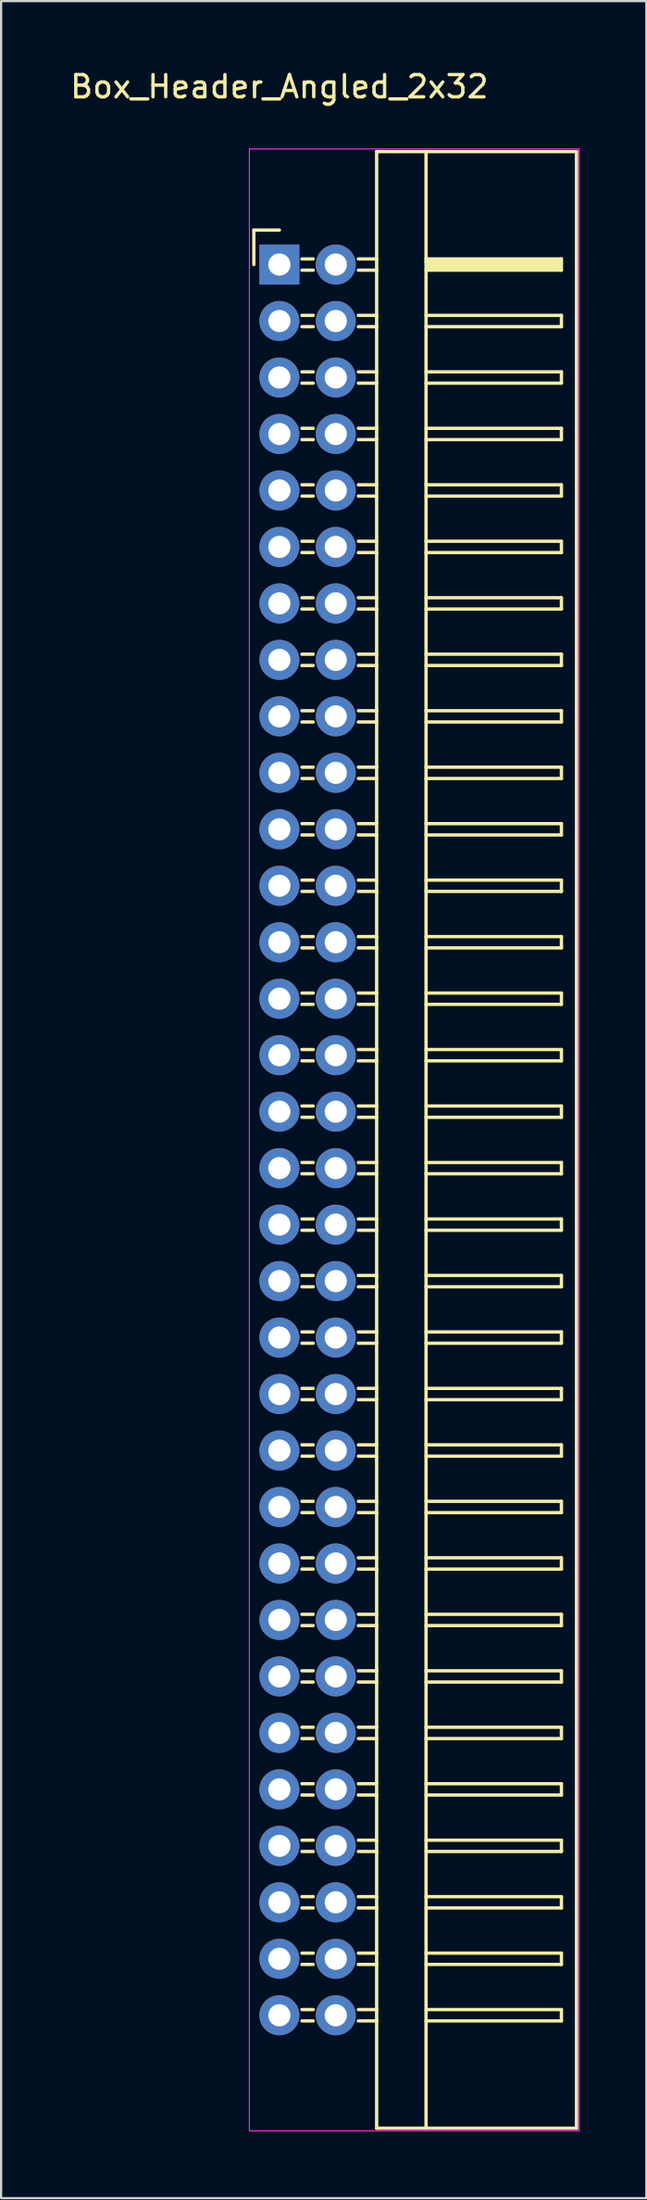
<source format=kicad_pcb>
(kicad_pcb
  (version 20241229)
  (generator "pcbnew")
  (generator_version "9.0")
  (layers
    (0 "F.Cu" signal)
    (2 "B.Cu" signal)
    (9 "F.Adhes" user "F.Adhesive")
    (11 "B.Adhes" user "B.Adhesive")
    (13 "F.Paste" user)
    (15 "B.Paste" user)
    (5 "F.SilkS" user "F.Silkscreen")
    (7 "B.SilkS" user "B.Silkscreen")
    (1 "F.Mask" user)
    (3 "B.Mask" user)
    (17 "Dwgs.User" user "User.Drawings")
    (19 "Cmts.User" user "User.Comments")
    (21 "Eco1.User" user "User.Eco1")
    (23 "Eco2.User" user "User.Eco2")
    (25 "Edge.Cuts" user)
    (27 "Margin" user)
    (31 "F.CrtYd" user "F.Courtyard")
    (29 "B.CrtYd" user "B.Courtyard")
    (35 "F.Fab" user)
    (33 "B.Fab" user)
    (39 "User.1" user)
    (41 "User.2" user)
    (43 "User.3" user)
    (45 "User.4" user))
  (footprint "Box_Header_Angled_2x32"
    (layer "F.Cu")
    (at 9.53 8.848)
    (property "Reference" "Box_Header_Angled_2x32" (at 0 -8 0) (layer "F.SilkS") (effects (font (size 1 1) (thickness 0.15))))
    (attr through_hole)
    (fp_line (start -1.15 -1.55) (end -1.15 0) (stroke (width 0.15) (type solid)) (layer "F.SilkS"))
    (fp_line (start 0 -1.55) (end -1.15 -1.55) (stroke (width 0.15) (type solid)) (layer "F.SilkS"))
    (fp_line (start 1.524 -0.254) (end 1.016 -0.254) (stroke (width 0.15) (type solid)) (layer "F.SilkS"))
    (fp_line (start 1.524 0.254) (end 1.016 0.254) (stroke (width 0.15) (type solid)) (layer "F.SilkS"))
    (fp_line (start 1.524 2.286) (end 1.016 2.286) (stroke (width 0.15) (type solid)) (layer "F.SilkS"))
    (fp_line (start 1.524 2.794) (end 1.016 2.794) (stroke (width 0.15) (type solid)) (layer "F.SilkS"))
    (fp_line (start 1.524 4.826) (end 1.016 4.826) (stroke (width 0.15) (type solid)) (layer "F.SilkS"))
    (fp_line (start 1.524 5.334) (end 1.016 5.334) (stroke (width 0.15) (type solid)) (layer "F.SilkS"))
    (fp_line (start 1.524 7.366) (end 1.016 7.366) (stroke (width 0.15) (type solid)) (layer "F.SilkS"))
    (fp_line (start 1.524 7.874) (end 1.016 7.874) (stroke (width 0.15) (type solid)) (layer "F.SilkS"))
    (fp_line (start 1.524 9.906) (end 1.016 9.906) (stroke (width 0.15) (type solid)) (layer "F.SilkS"))
    (fp_line (start 1.524 10.414) (end 1.016 10.414) (stroke (width 0.15) (type solid)) (layer "F.SilkS"))
    (fp_line (start 1.524 12.446) (end 1.016 12.446) (stroke (width 0.15) (type solid)) (layer "F.SilkS"))
    (fp_line (start 1.524 12.954) (end 1.016 12.954) (stroke (width 0.15) (type solid)) (layer "F.SilkS"))
    (fp_line (start 1.524 14.986) (end 1.016 14.986) (stroke (width 0.15) (type solid)) (layer "F.SilkS"))
    (fp_line (start 1.524 15.494) (end 1.016 15.494) (stroke (width 0.15) (type solid)) (layer "F.SilkS"))
    (fp_line (start 1.524 17.526) (end 1.016 17.526) (stroke (width 0.15) (type solid)) (layer "F.SilkS"))
    (fp_line (start 1.524 18.034) (end 1.016 18.034) (stroke (width 0.15) (type solid)) (layer "F.SilkS"))
    (fp_line (start 1.524 20.066) (end 1.016 20.066) (stroke (width 0.15) (type solid)) (layer "F.SilkS"))
    (fp_line (start 1.524 20.574) (end 1.016 20.574) (stroke (width 0.15) (type solid)) (layer "F.SilkS"))
    (fp_line (start 1.524 22.606) (end 1.016 22.606) (stroke (width 0.15) (type solid)) (layer "F.SilkS"))
    (fp_line (start 1.524 23.114) (end 1.016 23.114) (stroke (width 0.15) (type solid)) (layer "F.SilkS"))
    (fp_line (start 1.524 25.146) (end 1.016 25.146) (stroke (width 0.15) (type solid)) (layer "F.SilkS"))
    (fp_line (start 1.524 25.654) (end 1.016 25.654) (stroke (width 0.15) (type solid)) (layer "F.SilkS"))
    (fp_line (start 1.524 27.686) (end 1.016 27.686) (stroke (width 0.15) (type solid)) (layer "F.SilkS"))
    (fp_line (start 1.524 28.194) (end 1.016 28.194) (stroke (width 0.15) (type solid)) (layer "F.SilkS"))
    (fp_line (start 1.524 30.226) (end 1.016 30.226) (stroke (width 0.15) (type solid)) (layer "F.SilkS"))
    (fp_line (start 1.524 30.734) (end 1.016 30.734) (stroke (width 0.15) (type solid)) (layer "F.SilkS"))
    (fp_line (start 1.524 32.766) (end 1.016 32.766) (stroke (width 0.15) (type solid)) (layer "F.SilkS"))
    (fp_line (start 1.524 33.274) (end 1.016 33.274) (stroke (width 0.15) (type solid)) (layer "F.SilkS"))
    (fp_line (start 1.524 35.306) (end 1.016 35.306) (stroke (width 0.15) (type solid)) (layer "F.SilkS"))
    (fp_line (start 1.524 35.814) (end 1.016 35.814) (stroke (width 0.15) (type solid)) (layer "F.SilkS"))
    (fp_line (start 1.524 37.846) (end 1.016 37.846) (stroke (width 0.15) (type solid)) (layer "F.SilkS"))
    (fp_line (start 1.524 38.354) (end 1.016 38.354) (stroke (width 0.15) (type solid)) (layer "F.SilkS"))
    (fp_line (start 1.524 40.386) (end 1.016 40.386) (stroke (width 0.15) (type solid)) (layer "F.SilkS"))
    (fp_line (start 1.524 40.894) (end 1.016 40.894) (stroke (width 0.15) (type solid)) (layer "F.SilkS"))
    (fp_line (start 1.524 42.926) (end 1.016 42.926) (stroke (width 0.15) (type solid)) (layer "F.SilkS"))
    (fp_line (start 1.524 43.434) (end 1.016 43.434) (stroke (width 0.15) (type solid)) (layer "F.SilkS"))
    (fp_line (start 1.524 45.466) (end 1.016 45.466) (stroke (width 0.15) (type solid)) (layer "F.SilkS"))
    (fp_line (start 1.524 45.974) (end 1.016 45.974) (stroke (width 0.15) (type solid)) (layer "F.SilkS"))
    (fp_line (start 1.524 48.006) (end 1.016 48.006) (stroke (width 0.15) (type solid)) (layer "F.SilkS"))
    (fp_line (start 1.524 48.514) (end 1.016 48.514) (stroke (width 0.15) (type solid)) (layer "F.SilkS"))
    (fp_line (start 1.524 50.546) (end 1.016 50.546) (stroke (width 0.15) (type solid)) (layer "F.SilkS"))
    (fp_line (start 1.524 51.054) (end 1.016 51.054) (stroke (width 0.15) (type solid)) (layer "F.SilkS"))
    (fp_line (start 1.524 53.086) (end 1.016 53.086) (stroke (width 0.15) (type solid)) (layer "F.SilkS"))
    (fp_line (start 1.524 53.594) (end 1.016 53.594) (stroke (width 0.15) (type solid)) (layer "F.SilkS"))
    (fp_line (start 1.524 55.626) (end 1.016 55.626) (stroke (width 0.15) (type solid)) (layer "F.SilkS"))
    (fp_line (start 1.524 56.134) (end 1.016 56.134) (stroke (width 0.15) (type solid)) (layer "F.SilkS"))
    (fp_line (start 1.524 58.166) (end 1.016 58.166) (stroke (width 0.15) (type solid)) (layer "F.SilkS"))
    (fp_line (start 1.524 58.674) (end 1.016 58.674) (stroke (width 0.15) (type solid)) (layer "F.SilkS"))
    (fp_line (start 1.524 60.706) (end 1.016 60.706) (stroke (width 0.15) (type solid)) (layer "F.SilkS"))
    (fp_line (start 1.524 61.214) (end 1.016 61.214) (stroke (width 0.15) (type solid)) (layer "F.SilkS"))
    (fp_line (start 1.524 63.246) (end 1.016 63.246) (stroke (width 0.15) (type solid)) (layer "F.SilkS"))
    (fp_line (start 1.524 63.754) (end 1.016 63.754) (stroke (width 0.15) (type solid)) (layer "F.SilkS"))
    (fp_line (start 1.524 65.786) (end 1.016 65.786) (stroke (width 0.15) (type solid)) (layer "F.SilkS"))
    (fp_line (start 1.524 66.294) (end 1.016 66.294) (stroke (width 0.15) (type solid)) (layer "F.SilkS"))
    (fp_line (start 1.524 68.326) (end 1.016 68.326) (stroke (width 0.15) (type solid)) (layer "F.SilkS"))
    (fp_line (start 1.524 68.834) (end 1.016 68.834) (stroke (width 0.15) (type solid)) (layer "F.SilkS"))
    (fp_line (start 1.524 70.866) (end 1.016 70.866) (stroke (width 0.15) (type solid)) (layer "F.SilkS"))
    (fp_line (start 1.524 71.374) (end 1.016 71.374) (stroke (width 0.15) (type solid)) (layer "F.SilkS"))
    (fp_line (start 1.524 73.406) (end 1.016 73.406) (stroke (width 0.15) (type solid)) (layer "F.SilkS"))
    (fp_line (start 1.524 73.914) (end 1.016 73.914) (stroke (width 0.15) (type solid)) (layer "F.SilkS"))
    (fp_line (start 1.524 75.946) (end 1.016 75.946) (stroke (width 0.15) (type solid)) (layer "F.SilkS"))
    (fp_line (start 1.524 76.454) (end 1.016 76.454) (stroke (width 0.15) (type solid)) (layer "F.SilkS"))
    (fp_line (start 1.524 78.486) (end 1.016 78.486) (stroke (width 0.15) (type solid)) (layer "F.SilkS"))
    (fp_line (start 1.524 78.994) (end 1.016 78.994) (stroke (width 0.15) (type solid)) (layer "F.SilkS"))
    (fp_line (start 4.38 -5.08) (end 4.38 83.82) (stroke (width 0.15) (type solid)) (layer "F.SilkS"))
    (fp_line (start 4.38 -5.08) (end 13.38 -5.08) (stroke (width 0.15) (type solid)) (layer "F.SilkS"))
    (fp_line (start 4.38 -0.254) (end 3.556 -0.254) (stroke (width 0.15) (type solid)) (layer "F.SilkS"))
    (fp_line (start 4.38 0.254) (end 3.556 0.254) (stroke (width 0.15) (type solid)) (layer "F.SilkS"))
    (fp_line (start 4.38 2.286) (end 3.556 2.286) (stroke (width 0.15) (type solid)) (layer "F.SilkS"))
    (fp_line (start 4.38 2.794) (end 3.556 2.794) (stroke (width 0.15) (type solid)) (layer "F.SilkS"))
    (fp_line (start 4.38 4.826) (end 3.556 4.826) (stroke (width 0.15) (type solid)) (layer "F.SilkS"))
    (fp_line (start 4.38 5.334) (end 3.556 5.334) (stroke (width 0.15) (type solid)) (layer "F.SilkS"))
    (fp_line (start 4.38 7.366) (end 3.556 7.366) (stroke (width 0.15) (type solid)) (layer "F.SilkS"))
    (fp_line (start 4.38 7.874) (end 3.556 7.874) (stroke (width 0.15) (type solid)) (layer "F.SilkS"))
    (fp_line (start 4.38 9.906) (end 3.556 9.906) (stroke (width 0.15) (type solid)) (layer "F.SilkS"))
    (fp_line (start 4.38 10.414) (end 3.556 10.414) (stroke (width 0.15) (type solid)) (layer "F.SilkS"))
    (fp_line (start 4.38 12.446) (end 3.556 12.446) (stroke (width 0.15) (type solid)) (layer "F.SilkS"))
    (fp_line (start 4.38 12.954) (end 3.556 12.954) (stroke (width 0.15) (type solid)) (layer "F.SilkS"))
    (fp_line (start 4.38 14.986) (end 3.556 14.986) (stroke (width 0.15) (type solid)) (layer "F.SilkS"))
    (fp_line (start 4.38 15.494) (end 3.556 15.494) (stroke (width 0.15) (type solid)) (layer "F.SilkS"))
    (fp_line (start 4.38 17.526) (end 3.556 17.526) (stroke (width 0.15) (type solid)) (layer "F.SilkS"))
    (fp_line (start 4.38 18.034) (end 3.556 18.034) (stroke (width 0.15) (type solid)) (layer "F.SilkS"))
    (fp_line (start 4.38 20.066) (end 3.556 20.066) (stroke (width 0.15) (type solid)) (layer "F.SilkS"))
    (fp_line (start 4.38 20.574) (end 3.556 20.574) (stroke (width 0.15) (type solid)) (layer "F.SilkS"))
    (fp_line (start 4.38 22.606) (end 3.556 22.606) (stroke (width 0.15) (type solid)) (layer "F.SilkS"))
    (fp_line (start 4.38 23.114) (end 3.556 23.114) (stroke (width 0.15) (type solid)) (layer "F.SilkS"))
    (fp_line (start 4.38 25.146) (end 3.556 25.146) (stroke (width 0.15) (type solid)) (layer "F.SilkS"))
    (fp_line (start 4.38 25.654) (end 3.556 25.654) (stroke (width 0.15) (type solid)) (layer "F.SilkS"))
    (fp_line (start 4.38 27.686) (end 3.556 27.686) (stroke (width 0.15) (type solid)) (layer "F.SilkS"))
    (fp_line (start 4.38 28.194) (end 3.556 28.194) (stroke (width 0.15) (type solid)) (layer "F.SilkS"))
    (fp_line (start 4.38 30.226) (end 3.556 30.226) (stroke (width 0.15) (type solid)) (layer "F.SilkS"))
    (fp_line (start 4.38 30.734) (end 3.556 30.734) (stroke (width 0.15) (type solid)) (layer "F.SilkS"))
    (fp_line (start 4.38 32.766) (end 3.556 32.766) (stroke (width 0.15) (type solid)) (layer "F.SilkS"))
    (fp_line (start 4.38 33.274) (end 3.556 33.274) (stroke (width 0.15) (type solid)) (layer "F.SilkS"))
    (fp_line (start 4.38 35.306) (end 3.556 35.306) (stroke (width 0.15) (type solid)) (layer "F.SilkS"))
    (fp_line (start 4.38 35.814) (end 3.556 35.814) (stroke (width 0.15) (type solid)) (layer "F.SilkS"))
    (fp_line (start 4.38 37.846) (end 3.556 37.846) (stroke (width 0.15) (type solid)) (layer "F.SilkS"))
    (fp_line (start 4.38 38.354) (end 3.556 38.354) (stroke (width 0.15) (type solid)) (layer "F.SilkS"))
    (fp_line (start 4.38 40.386) (end 3.556 40.386) (stroke (width 0.15) (type solid)) (layer "F.SilkS"))
    (fp_line (start 4.38 40.894) (end 3.556 40.894) (stroke (width 0.15) (type solid)) (layer "F.SilkS"))
    (fp_line (start 4.38 42.926) (end 3.556 42.926) (stroke (width 0.15) (type solid)) (layer "F.SilkS"))
    (fp_line (start 4.38 43.434) (end 3.556 43.434) (stroke (width 0.15) (type solid)) (layer "F.SilkS"))
    (fp_line (start 4.38 45.466) (end 3.556 45.466) (stroke (width 0.15) (type solid)) (layer "F.SilkS"))
    (fp_line (start 4.38 45.974) (end 3.556 45.974) (stroke (width 0.15) (type solid)) (layer "F.SilkS"))
    (fp_line (start 4.38 48.006) (end 3.556 48.006) (stroke (width 0.15) (type solid)) (layer "F.SilkS"))
    (fp_line (start 4.38 48.514) (end 3.556 48.514) (stroke (width 0.15) (type solid)) (layer "F.SilkS"))
    (fp_line (start 4.38 50.546) (end 3.556 50.546) (stroke (width 0.15) (type solid)) (layer "F.SilkS"))
    (fp_line (start 4.38 51.054) (end 3.556 51.054) (stroke (width 0.15) (type solid)) (layer "F.SilkS"))
    (fp_line (start 4.38 53.086) (end 3.556 53.086) (stroke (width 0.15) (type solid)) (layer "F.SilkS"))
    (fp_line (start 4.38 53.594) (end 3.556 53.594) (stroke (width 0.15) (type solid)) (layer "F.SilkS"))
    (fp_line (start 4.38 55.626) (end 3.556 55.626) (stroke (width 0.15) (type solid)) (layer "F.SilkS"))
    (fp_line (start 4.38 56.134) (end 3.556 56.134) (stroke (width 0.15) (type solid)) (layer "F.SilkS"))
    (fp_line (start 4.38 58.166) (end 3.556 58.166) (stroke (width 0.15) (type solid)) (layer "F.SilkS"))
    (fp_line (start 4.38 58.674) (end 3.556 58.674) (stroke (width 0.15) (type solid)) (layer "F.SilkS"))
    (fp_line (start 4.38 60.706) (end 3.556 60.706) (stroke (width 0.15) (type solid)) (layer "F.SilkS"))
    (fp_line (start 4.38 61.214) (end 3.556 61.214) (stroke (width 0.15) (type solid)) (layer "F.SilkS"))
    (fp_line (start 4.38 63.246) (end 3.556 63.246) (stroke (width 0.15) (type solid)) (layer "F.SilkS"))
    (fp_line (start 4.38 63.754) (end 3.556 63.754) (stroke (width 0.15) (type solid)) (layer "F.SilkS"))
    (fp_line (start 4.38 65.786) (end 3.556 65.786) (stroke (width 0.15) (type solid)) (layer "F.SilkS"))
    (fp_line (start 4.38 66.294) (end 3.556 66.294) (stroke (width 0.15) (type solid)) (layer "F.SilkS"))
    (fp_line (start 4.38 68.326) (end 3.556 68.326) (stroke (width 0.15) (type solid)) (layer "F.SilkS"))
    (fp_line (start 4.38 68.834) (end 3.556 68.834) (stroke (width 0.15) (type solid)) (layer "F.SilkS"))
    (fp_line (start 4.38 70.866) (end 3.556 70.866) (stroke (width 0.15) (type solid)) (layer "F.SilkS"))
    (fp_line (start 4.38 71.374) (end 3.556 71.374) (stroke (width 0.15) (type solid)) (layer "F.SilkS"))
    (fp_line (start 4.38 73.406) (end 3.556 73.406) (stroke (width 0.15) (type solid)) (layer "F.SilkS"))
    (fp_line (start 4.38 73.914) (end 3.556 73.914) (stroke (width 0.15) (type solid)) (layer "F.SilkS"))
    (fp_line (start 4.38 75.946) (end 3.556 75.946) (stroke (width 0.15) (type solid)) (layer "F.SilkS"))
    (fp_line (start 4.38 76.454) (end 3.556 76.454) (stroke (width 0.15) (type solid)) (layer "F.SilkS"))
    (fp_line (start 4.38 78.486) (end 3.556 78.486) (stroke (width 0.15) (type solid)) (layer "F.SilkS"))
    (fp_line (start 4.38 78.994) (end 3.556 78.994) (stroke (width 0.15) (type solid)) (layer "F.SilkS"))
    (fp_line (start 4.38 83.82) (end 13.38 83.82) (stroke (width 0.15) (type solid)) (layer "F.SilkS"))
    (fp_line (start 6.604 -5.08) (end 6.604 83.82) (stroke (width 0.15) (type solid)) (layer "F.SilkS"))
    (fp_line (start 6.604 -0.254) (end 12.7 -0.254) (stroke (width 0.15) (type solid)) (layer "F.SilkS"))
    (fp_line (start 6.604 -0.127) (end 12.573 -0.127) (stroke (width 0.15) (type solid)) (layer "F.SilkS"))
    (fp_line (start 6.604 2.286) (end 12.7 2.286) (stroke (width 0.15) (type solid)) (layer "F.SilkS"))
    (fp_line (start 6.604 4.826) (end 12.7 4.826) (stroke (width 0.15) (type solid)) (layer "F.SilkS"))
    (fp_line (start 6.604 7.366) (end 12.7 7.366) (stroke (width 0.15) (type solid)) (layer "F.SilkS"))
    (fp_line (start 6.604 9.906) (end 12.7 9.906) (stroke (width 0.15) (type solid)) (layer "F.SilkS"))
    (fp_line (start 6.604 12.446) (end 12.7 12.446) (stroke (width 0.15) (type solid)) (layer "F.SilkS"))
    (fp_line (start 6.604 14.986) (end 12.7 14.986) (stroke (width 0.15) (type solid)) (layer "F.SilkS"))
    (fp_line (start 6.604 17.526) (end 12.7 17.526) (stroke (width 0.15) (type solid)) (layer "F.SilkS"))
    (fp_line (start 6.604 20.066) (end 12.7 20.066) (stroke (width 0.15) (type solid)) (layer "F.SilkS"))
    (fp_line (start 6.604 22.606) (end 12.7 22.606) (stroke (width 0.15) (type solid)) (layer "F.SilkS"))
    (fp_line (start 6.604 25.146) (end 12.7 25.146) (stroke (width 0.15) (type solid)) (layer "F.SilkS"))
    (fp_line (start 6.604 27.686) (end 12.7 27.686) (stroke (width 0.15) (type solid)) (layer "F.SilkS"))
    (fp_line (start 6.604 30.226) (end 12.7 30.226) (stroke (width 0.15) (type solid)) (layer "F.SilkS"))
    (fp_line (start 6.604 32.766) (end 12.7 32.766) (stroke (width 0.15) (type solid)) (layer "F.SilkS"))
    (fp_line (start 6.604 35.306) (end 12.7 35.306) (stroke (width 0.15) (type solid)) (layer "F.SilkS"))
    (fp_line (start 6.604 37.846) (end 12.7 37.846) (stroke (width 0.15) (type solid)) (layer "F.SilkS"))
    (fp_line (start 6.604 40.386) (end 12.7 40.386) (stroke (width 0.15) (type solid)) (layer "F.SilkS"))
    (fp_line (start 6.604 42.926) (end 12.7 42.926) (stroke (width 0.15) (type solid)) (layer "F.SilkS"))
    (fp_line (start 6.604 45.466) (end 12.7 45.466) (stroke (width 0.15) (type solid)) (layer "F.SilkS"))
    (fp_line (start 6.604 48.006) (end 12.7 48.006) (stroke (width 0.15) (type solid)) (layer "F.SilkS"))
    (fp_line (start 6.604 50.546) (end 12.7 50.546) (stroke (width 0.15) (type solid)) (layer "F.SilkS"))
    (fp_line (start 6.604 53.086) (end 12.7 53.086) (stroke (width 0.15) (type solid)) (layer "F.SilkS"))
    (fp_line (start 6.604 55.626) (end 12.7 55.626) (stroke (width 0.15) (type solid)) (layer "F.SilkS"))
    (fp_line (start 6.604 58.166) (end 12.7 58.166) (stroke (width 0.15) (type solid)) (layer "F.SilkS"))
    (fp_line (start 6.604 60.706) (end 12.7 60.706) (stroke (width 0.15) (type solid)) (layer "F.SilkS"))
    (fp_line (start 6.604 63.246) (end 12.7 63.246) (stroke (width 0.15) (type solid)) (layer "F.SilkS"))
    (fp_line (start 6.604 65.786) (end 12.7 65.786) (stroke (width 0.15) (type solid)) (layer "F.SilkS"))
    (fp_line (start 6.604 68.326) (end 12.7 68.326) (stroke (width 0.15) (type solid)) (layer "F.SilkS"))
    (fp_line (start 6.604 70.866) (end 12.7 70.866) (stroke (width 0.15) (type solid)) (layer "F.SilkS"))
    (fp_line (start 6.604 73.406) (end 12.7 73.406) (stroke (width 0.15) (type solid)) (layer "F.SilkS"))
    (fp_line (start 6.604 75.946) (end 12.7 75.946) (stroke (width 0.15) (type solid)) (layer "F.SilkS"))
    (fp_line (start 6.604 78.486) (end 12.7 78.486) (stroke (width 0.15) (type solid)) (layer "F.SilkS"))
    (fp_line (start 6.731 0) (end 12.573 0) (stroke (width 0.15) (type solid)) (layer "F.SilkS"))
    (fp_line (start 6.731 0.127) (end 6.731 0) (stroke (width 0.15) (type solid)) (layer "F.SilkS"))
    (fp_line (start 12.573 -0.127) (end 12.573 0.127) (stroke (width 0.15) (type solid)) (layer "F.SilkS"))
    (fp_line (start 12.573 0.127) (end 6.731 0.127) (stroke (width 0.15) (type solid)) (layer "F.SilkS"))
    (fp_line (start 12.7 -0.254) (end 12.7 0.254) (stroke (width 0.15) (type solid)) (layer "F.SilkS"))
    (fp_line (start 12.7 0.254) (end 6.604 0.254) (stroke (width 0.15) (type solid)) (layer "F.SilkS"))
    (fp_line (start 12.7 2.286) (end 12.7 2.794) (stroke (width 0.15) (type solid)) (layer "F.SilkS"))
    (fp_line (start 12.7 2.794) (end 6.604 2.794) (stroke (width 0.15) (type solid)) (layer "F.SilkS"))
    (fp_line (start 12.7 4.826) (end 12.7 5.334) (stroke (width 0.15) (type solid)) (layer "F.SilkS"))
    (fp_line (start 12.7 5.334) (end 6.604 5.334) (stroke (width 0.15) (type solid)) (layer "F.SilkS"))
    (fp_line (start 12.7 7.366) (end 12.7 7.874) (stroke (width 0.15) (type solid)) (layer "F.SilkS"))
    (fp_line (start 12.7 7.874) (end 6.604 7.874) (stroke (width 0.15) (type solid)) (layer "F.SilkS"))
    (fp_line (start 12.7 9.906) (end 12.7 10.414) (stroke (width 0.15) (type solid)) (layer "F.SilkS"))
    (fp_line (start 12.7 10.414) (end 6.604 10.414) (stroke (width 0.15) (type solid)) (layer "F.SilkS"))
    (fp_line (start 12.7 12.446) (end 12.7 12.954) (stroke (width 0.15) (type solid)) (layer "F.SilkS"))
    (fp_line (start 12.7 12.954) (end 6.604 12.954) (stroke (width 0.15) (type solid)) (layer "F.SilkS"))
    (fp_line (start 12.7 14.986) (end 12.7 15.494) (stroke (width 0.15) (type solid)) (layer "F.SilkS"))
    (fp_line (start 12.7 15.494) (end 6.604 15.494) (stroke (width 0.15) (type solid)) (layer "F.SilkS"))
    (fp_line (start 12.7 17.526) (end 12.7 18.034) (stroke (width 0.15) (type solid)) (layer "F.SilkS"))
    (fp_line (start 12.7 18.034) (end 6.604 18.034) (stroke (width 0.15) (type solid)) (layer "F.SilkS"))
    (fp_line (start 12.7 20.066) (end 12.7 20.574) (stroke (width 0.15) (type solid)) (layer "F.SilkS"))
    (fp_line (start 12.7 20.574) (end 6.604 20.574) (stroke (width 0.15) (type solid)) (layer "F.SilkS"))
    (fp_line (start 12.7 22.606) (end 12.7 23.114) (stroke (width 0.15) (type solid)) (layer "F.SilkS"))
    (fp_line (start 12.7 23.114) (end 6.604 23.114) (stroke (width 0.15) (type solid)) (layer "F.SilkS"))
    (fp_line (start 12.7 25.146) (end 12.7 25.654) (stroke (width 0.15) (type solid)) (layer "F.SilkS"))
    (fp_line (start 12.7 25.654) (end 6.604 25.654) (stroke (width 0.15) (type solid)) (layer "F.SilkS"))
    (fp_line (start 12.7 27.686) (end 12.7 28.194) (stroke (width 0.15) (type solid)) (layer "F.SilkS"))
    (fp_line (start 12.7 28.194) (end 6.604 28.194) (stroke (width 0.15) (type solid)) (layer "F.SilkS"))
    (fp_line (start 12.7 30.226) (end 12.7 30.734) (stroke (width 0.15) (type solid)) (layer "F.SilkS"))
    (fp_line (start 12.7 30.734) (end 6.604 30.734) (stroke (width 0.15) (type solid)) (layer "F.SilkS"))
    (fp_line (start 12.7 32.766) (end 12.7 33.274) (stroke (width 0.15) (type solid)) (layer "F.SilkS"))
    (fp_line (start 12.7 33.274) (end 6.604 33.274) (stroke (width 0.15) (type solid)) (layer "F.SilkS"))
    (fp_line (start 12.7 35.306) (end 12.7 35.814) (stroke (width 0.15) (type solid)) (layer "F.SilkS"))
    (fp_line (start 12.7 35.814) (end 6.604 35.814) (stroke (width 0.15) (type solid)) (layer "F.SilkS"))
    (fp_line (start 12.7 37.846) (end 12.7 38.354) (stroke (width 0.15) (type solid)) (layer "F.SilkS"))
    (fp_line (start 12.7 38.354) (end 6.604 38.354) (stroke (width 0.15) (type solid)) (layer "F.SilkS"))
    (fp_line (start 12.7 40.386) (end 12.7 40.894) (stroke (width 0.15) (type solid)) (layer "F.SilkS"))
    (fp_line (start 12.7 40.894) (end 6.604 40.894) (stroke (width 0.15) (type solid)) (layer "F.SilkS"))
    (fp_line (start 12.7 42.926) (end 12.7 43.434) (stroke (width 0.15) (type solid)) (layer "F.SilkS"))
    (fp_line (start 12.7 43.434) (end 6.604 43.434) (stroke (width 0.15) (type solid)) (layer "F.SilkS"))
    (fp_line (start 12.7 45.466) (end 12.7 45.974) (stroke (width 0.15) (type solid)) (layer "F.SilkS"))
    (fp_line (start 12.7 45.974) (end 6.604 45.974) (stroke (width 0.15) (type solid)) (layer "F.SilkS"))
    (fp_line (start 12.7 48.006) (end 12.7 48.514) (stroke (width 0.15) (type solid)) (layer "F.SilkS"))
    (fp_line (start 12.7 48.514) (end 6.604 48.514) (stroke (width 0.15) (type solid)) (layer "F.SilkS"))
    (fp_line (start 12.7 50.546) (end 12.7 51.054) (stroke (width 0.15) (type solid)) (layer "F.SilkS"))
    (fp_line (start 12.7 51.054) (end 6.604 51.054) (stroke (width 0.15) (type solid)) (layer "F.SilkS"))
    (fp_line (start 12.7 53.086) (end 12.7 53.594) (stroke (width 0.15) (type solid)) (layer "F.SilkS"))
    (fp_line (start 12.7 53.594) (end 6.604 53.594) (stroke (width 0.15) (type solid)) (layer "F.SilkS"))
    (fp_line (start 12.7 55.626) (end 12.7 56.134) (stroke (width 0.15) (type solid)) (layer "F.SilkS"))
    (fp_line (start 12.7 56.134) (end 6.604 56.134) (stroke (width 0.15) (type solid)) (layer "F.SilkS"))
    (fp_line (start 12.7 58.166) (end 12.7 58.674) (stroke (width 0.15) (type solid)) (layer "F.SilkS"))
    (fp_line (start 12.7 58.674) (end 6.604 58.674) (stroke (width 0.15) (type solid)) (layer "F.SilkS"))
    (fp_line (start 12.7 60.706) (end 12.7 61.214) (stroke (width 0.15) (type solid)) (layer "F.SilkS"))
    (fp_line (start 12.7 61.214) (end 6.604 61.214) (stroke (width 0.15) (type solid)) (layer "F.SilkS"))
    (fp_line (start 12.7 63.246) (end 12.7 63.754) (stroke (width 0.15) (type solid)) (layer "F.SilkS"))
    (fp_line (start 12.7 63.754) (end 6.604 63.754) (stroke (width 0.15) (type solid)) (layer "F.SilkS"))
    (fp_line (start 12.7 65.786) (end 12.7 66.294) (stroke (width 0.15) (type solid)) (layer "F.SilkS"))
    (fp_line (start 12.7 66.294) (end 6.604 66.294) (stroke (width 0.15) (type solid)) (layer "F.SilkS"))
    (fp_line (start 12.7 68.326) (end 12.7 68.834) (stroke (width 0.15) (type solid)) (layer "F.SilkS"))
    (fp_line (start 12.7 68.834) (end 6.604 68.834) (stroke (width 0.15) (type solid)) (layer "F.SilkS"))
    (fp_line (start 12.7 70.866) (end 12.7 71.374) (stroke (width 0.15) (type solid)) (layer "F.SilkS"))
    (fp_line (start 12.7 71.374) (end 6.604 71.374) (stroke (width 0.15) (type solid)) (layer "F.SilkS"))
    (fp_line (start 12.7 73.406) (end 12.7 73.914) (stroke (width 0.15) (type solid)) (layer "F.SilkS"))
    (fp_line (start 12.7 73.914) (end 6.604 73.914) (stroke (width 0.15) (type solid)) (layer "F.SilkS"))
    (fp_line (start 12.7 75.946) (end 12.7 76.454) (stroke (width 0.15) (type solid)) (layer "F.SilkS"))
    (fp_line (start 12.7 76.454) (end 6.604 76.454) (stroke (width 0.15) (type solid)) (layer "F.SilkS"))
    (fp_line (start 12.7 78.486) (end 12.7 78.994) (stroke (width 0.15) (type solid)) (layer "F.SilkS"))
    (fp_line (start 12.7 78.994) (end 6.604 78.994) (stroke (width 0.15) (type solid)) (layer "F.SilkS"))
    (fp_line (start 13.38 -5.08) (end 13.38 83.82) (stroke (width 0.15) (type solid)) (layer "F.SilkS"))
    (fp_line (start -1.35 -5.2) (end -1.35 83.94) (stroke (width 0.05) (type solid)) (layer "F.CrtYd"))
    (fp_line (start -1.35 -5.2) (end 13.5 -5.2) (stroke (width 0.05) (type solid)) (layer "F.CrtYd"))
    (fp_line (start -1.35 83.94) (end 13.5 83.94) (stroke (width 0.05) (type solid)) (layer "F.CrtYd"))
    (fp_line (start 13.5 -5.2) (end 13.5 83.94) (stroke (width 0.05) (type solid)) (layer "F.CrtYd"))
    (pad "1" thru_hole rect (at 0 0) (size 1.8 1.8) (drill 1) (layers "*.Cu" "*.Mask"))
    (pad "2" thru_hole oval (at 2.54 0) (size 1.8 1.8) (drill 1) (layers "*.Cu" "*.Mask"))
    (pad "3" thru_hole oval (at 0 2.54) (size 1.8 1.8) (drill 1) (layers "*.Cu" "*.Mask"))
    (pad "4" thru_hole oval (at 2.54 2.54) (size 1.8 1.8) (drill 1) (layers "*.Cu" "*.Mask"))
    (pad "5" thru_hole oval (at 0 5.08) (size 1.8 1.8) (drill 1) (layers "*.Cu" "*.Mask"))
    (pad "6" thru_hole oval (at 2.54 5.08) (size 1.8 1.8) (drill 1) (layers "*.Cu" "*.Mask"))
    (pad "7" thru_hole oval (at 0 7.62) (size 1.8 1.8) (drill 1) (layers "*.Cu" "*.Mask"))
    (pad "8" thru_hole oval (at 2.54 7.62) (size 1.8 1.8) (drill 1) (layers "*.Cu" "*.Mask"))
    (pad "9" thru_hole oval (at 0 10.16) (size 1.8 1.8) (drill 1) (layers "*.Cu" "*.Mask"))
    (pad "10" thru_hole oval (at 2.54 10.16) (size 1.8 1.8) (drill 1) (layers "*.Cu" "*.Mask"))
    (pad "11" thru_hole oval (at 0 12.7) (size 1.8 1.8) (drill 1) (layers "*.Cu" "*.Mask"))
    (pad "12" thru_hole oval (at 2.54 12.7) (size 1.8 1.8) (drill 1) (layers "*.Cu" "*.Mask"))
    (pad "13" thru_hole oval (at 0 15.24) (size 1.8 1.8) (drill 1) (layers "*.Cu" "*.Mask"))
    (pad "14" thru_hole oval (at 2.54 15.24) (size 1.8 1.8) (drill 1) (layers "*.Cu" "*.Mask"))
    (pad "15" thru_hole oval (at 0 17.78) (size 1.8 1.8) (drill 1) (layers "*.Cu" "*.Mask"))
    (pad "16" thru_hole oval (at 2.54 17.78) (size 1.8 1.8) (drill 1) (layers "*.Cu" "*.Mask"))
    (pad "17" thru_hole oval (at 0 20.32) (size 1.8 1.8) (drill 1) (layers "*.Cu" "*.Mask"))
    (pad "18" thru_hole oval (at 2.54 20.32) (size 1.8 1.8) (drill 1) (layers "*.Cu" "*.Mask"))
    (pad "19" thru_hole oval (at 0 22.86) (size 1.8 1.8) (drill 1) (layers "*.Cu" "*.Mask"))
    (pad "20" thru_hole oval (at 2.54 22.86) (size 1.8 1.8) (drill 1) (layers "*.Cu" "*.Mask"))
    (pad "21" thru_hole oval (at 0 25.4) (size 1.8 1.8) (drill 1) (layers "*.Cu" "*.Mask"))
    (pad "22" thru_hole oval (at 2.54 25.4) (size 1.8 1.8) (drill 1) (layers "*.Cu" "*.Mask"))
    (pad "23" thru_hole oval (at 0 27.94) (size 1.8 1.8) (drill 1) (layers "*.Cu" "*.Mask"))
    (pad "24" thru_hole oval (at 2.54 27.94) (size 1.8 1.8) (drill 1) (layers "*.Cu" "*.Mask"))
    (pad "25" thru_hole oval (at 0 30.48) (size 1.8 1.8) (drill 1) (layers "*.Cu" "*.Mask"))
    (pad "26" thru_hole oval (at 2.54 30.48) (size 1.8 1.8) (drill 1) (layers "*.Cu" "*.Mask"))
    (pad "27" thru_hole oval (at 0 33.02) (size 1.8 1.8) (drill 1) (layers "*.Cu" "*.Mask"))
    (pad "28" thru_hole oval (at 2.54 33.02) (size 1.8 1.8) (drill 1) (layers "*.Cu" "*.Mask"))
    (pad "29" thru_hole oval (at 0 35.56) (size 1.8 1.8) (drill 1) (layers "*.Cu" "*.Mask"))
    (pad "30" thru_hole oval (at 2.54 35.56) (size 1.8 1.8) (drill 1) (layers "*.Cu" "*.Mask"))
    (pad "31" thru_hole oval (at 0 38.1) (size 1.8 1.8) (drill 1) (layers "*.Cu" "*.Mask"))
    (pad "32" thru_hole oval (at 2.54 38.1) (size 1.8 1.8) (drill 1) (layers "*.Cu" "*.Mask"))
    (pad "33" thru_hole oval (at 0 40.64) (size 1.8 1.8) (drill 1) (layers "*.Cu" "*.Mask"))
    (pad "34" thru_hole oval (at 2.54 40.64) (size 1.8 1.8) (drill 1) (layers "*.Cu" "*.Mask"))
    (pad "35" thru_hole oval (at 0 43.18) (size 1.8 1.8) (drill 1) (layers "*.Cu" "*.Mask"))
    (pad "36" thru_hole oval (at 2.54 43.18) (size 1.8 1.8) (drill 1) (layers "*.Cu" "*.Mask"))
    (pad "37" thru_hole oval (at 0 45.72) (size 1.8 1.8) (drill 1) (layers "*.Cu" "*.Mask"))
    (pad "38" thru_hole oval (at 2.54 45.72) (size 1.8 1.8) (drill 1) (layers "*.Cu" "*.Mask"))
    (pad "39" thru_hole oval (at 0 48.26) (size 1.8 1.8) (drill 1) (layers "*.Cu" "*.Mask"))
    (pad "40" thru_hole oval (at 2.54 48.26) (size 1.8 1.8) (drill 1) (layers "*.Cu" "*.Mask"))
    (pad "41" thru_hole oval (at 0 50.8) (size 1.8 1.8) (drill 1) (layers "*.Cu" "*.Mask"))
    (pad "42" thru_hole oval (at 2.54 50.8) (size 1.8 1.8) (drill 1) (layers "*.Cu" "*.Mask"))
    (pad "43" thru_hole oval (at 0 53.34) (size 1.8 1.8) (drill 1) (layers "*.Cu" "*.Mask"))
    (pad "44" thru_hole oval (at 2.54 53.34) (size 1.8 1.8) (drill 1) (layers "*.Cu" "*.Mask"))
    (pad "45" thru_hole oval (at 0 55.88) (size 1.8 1.8) (drill 1) (layers "*.Cu" "*.Mask"))
    (pad "46" thru_hole oval (at 2.54 55.88) (size 1.8 1.8) (drill 1) (layers "*.Cu" "*.Mask"))
    (pad "47" thru_hole oval (at 0 58.42) (size 1.8 1.8) (drill 1) (layers "*.Cu" "*.Mask"))
    (pad "48" thru_hole oval (at 2.54 58.42) (size 1.8 1.8) (drill 1) (layers "*.Cu" "*.Mask"))
    (pad "49" thru_hole oval (at 0 60.96) (size 1.8 1.8) (drill 1) (layers "*.Cu" "*.Mask"))
    (pad "50" thru_hole oval (at 2.54 60.96) (size 1.8 1.8) (drill 1) (layers "*.Cu" "*.Mask"))
    (pad "51" thru_hole oval (at 0 63.5) (size 1.8 1.8) (drill 1) (layers "*.Cu" "*.Mask"))
    (pad "52" thru_hole oval (at 2.54 63.5) (size 1.8 1.8) (drill 1) (layers "*.Cu" "*.Mask"))
    (pad "53" thru_hole oval (at 0 66.04) (size 1.8 1.8) (drill 1) (layers "*.Cu" "*.Mask"))
    (pad "54" thru_hole oval (at 2.54 66.04) (size 1.8 1.8) (drill 1) (layers "*.Cu" "*.Mask"))
    (pad "55" thru_hole oval (at 0 68.58) (size 1.8 1.8) (drill 1) (layers "*.Cu" "*.Mask"))
    (pad "56" thru_hole oval (at 2.54 68.58) (size 1.8 1.8) (drill 1) (layers "*.Cu" "*.Mask"))
    (pad "57" thru_hole oval (at 0 71.12) (size 1.8 1.8) (drill 1) (layers "*.Cu" "*.Mask"))
    (pad "58" thru_hole oval (at 2.54 71.12) (size 1.8 1.8) (drill 1) (layers "*.Cu" "*.Mask"))
    (pad "59" thru_hole oval (at 0 73.66) (size 1.8 1.8) (drill 1) (layers "*.Cu" "*.Mask"))
    (pad "60" thru_hole oval (at 2.54 73.66) (size 1.8 1.8) (drill 1) (layers "*.Cu" "*.Mask"))
    (pad "61" thru_hole oval (at 0 76.2) (size 1.8 1.8) (drill 1) (layers "*.Cu" "*.Mask"))
    (pad "62" thru_hole oval (at 2.54 76.2) (size 1.8 1.8) (drill 1) (layers "*.Cu" "*.Mask"))
    (pad "63" thru_hole oval (at 0 78.74) (size 1.8 1.8) (drill 1) (layers "*.Cu" "*.Mask"))
    (pad "64" thru_hole oval (at 2.54 78.74) (size 1.8 1.8) (drill 1) (layers "*.Cu" "*.Mask")))
  (gr_rect
    (start -3 -3)
    (end 26.055 95.813)
    (stroke (width 0.1) (type default))
    (fill no)
    (layer "Edge.Cuts")))
</source>
